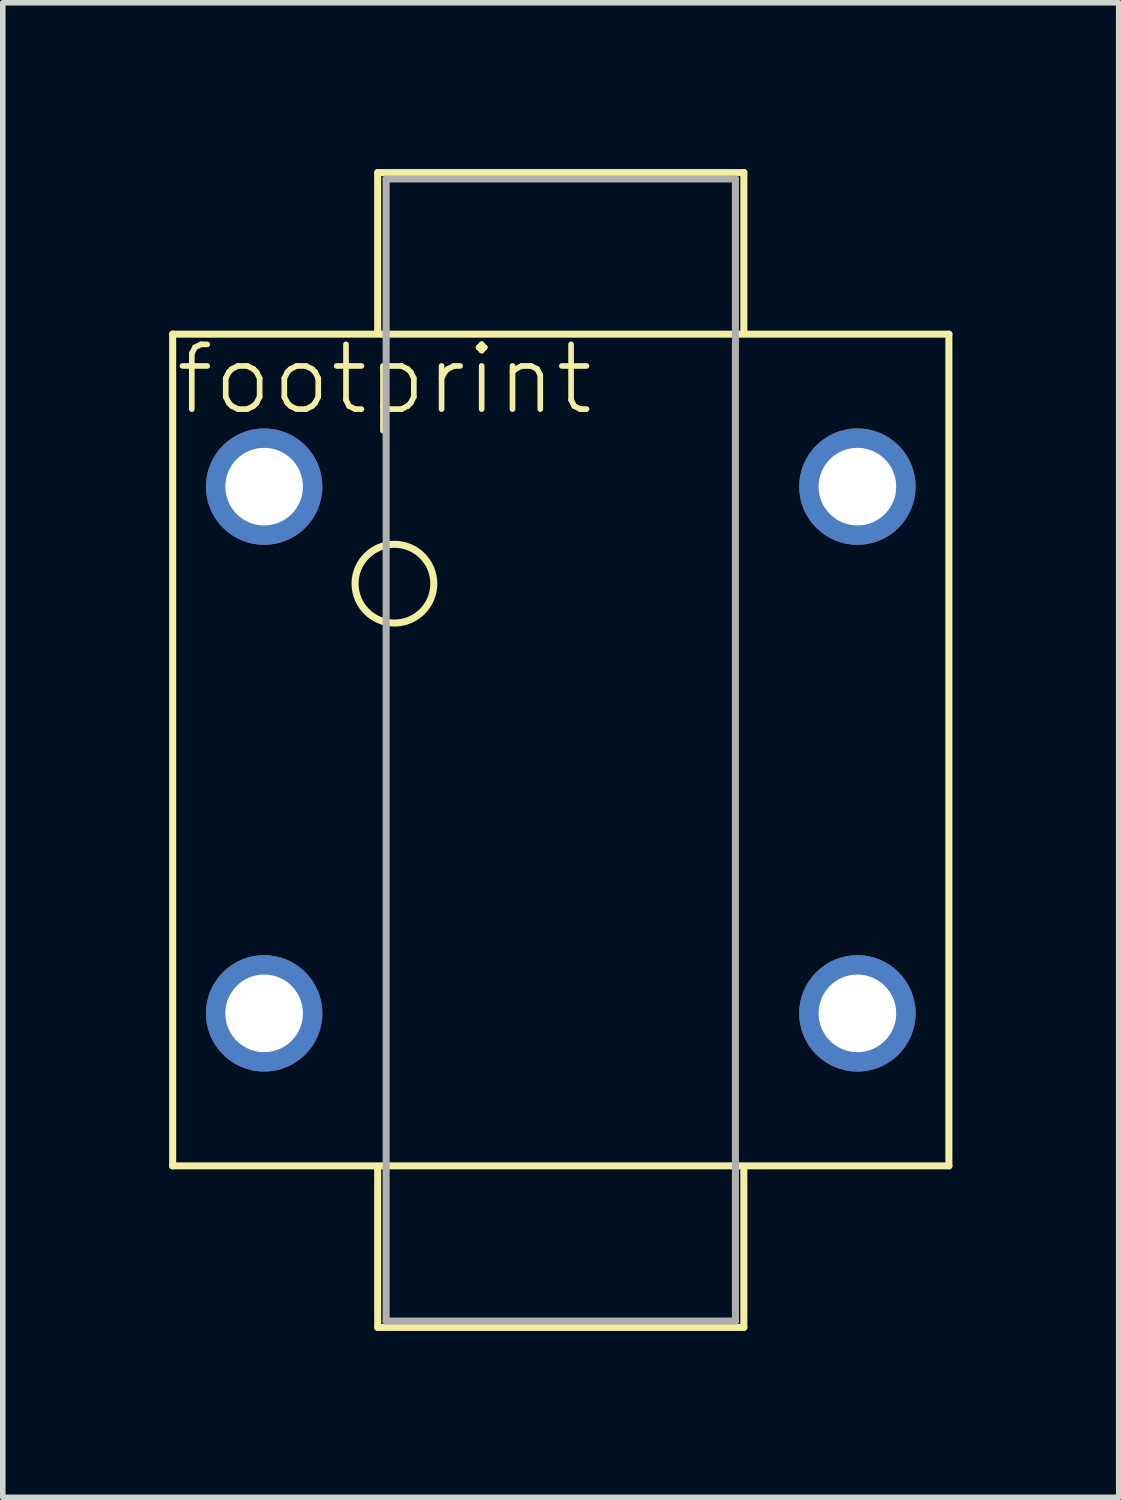
<source format=kicad_pcb>
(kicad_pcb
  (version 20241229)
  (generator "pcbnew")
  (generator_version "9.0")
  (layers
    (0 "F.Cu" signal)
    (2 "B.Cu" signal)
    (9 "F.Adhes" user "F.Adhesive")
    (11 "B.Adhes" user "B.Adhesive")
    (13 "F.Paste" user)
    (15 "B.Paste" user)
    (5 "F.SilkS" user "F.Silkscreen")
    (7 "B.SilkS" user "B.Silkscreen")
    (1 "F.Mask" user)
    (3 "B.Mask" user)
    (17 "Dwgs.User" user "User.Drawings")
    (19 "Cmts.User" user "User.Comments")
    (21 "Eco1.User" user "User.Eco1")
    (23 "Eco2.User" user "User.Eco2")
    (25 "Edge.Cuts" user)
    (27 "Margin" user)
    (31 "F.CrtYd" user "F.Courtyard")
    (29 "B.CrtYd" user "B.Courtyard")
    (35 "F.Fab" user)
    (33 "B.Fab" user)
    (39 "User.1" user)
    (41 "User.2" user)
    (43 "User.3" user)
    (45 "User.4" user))
  (footprint "footprint"
    (layer "F.Cu")
    (at 7.064 10.477)
    (property "Reference" "footprint" (at -7 -6 0) (layer "F.SilkS") (effects (font (size 1.168 1.168) (thickness 0.102)) (justify left bottom)))
    (fp_line (start -7 -7.5) (end -7 7.5) (stroke (width 0.127) (type solid)) (layer "F.SilkS"))
    (fp_line (start -7 7.5) (end 7 7.5) (stroke (width 0.127) (type solid)) (layer "F.SilkS"))
    (fp_line (start -3.302 -10.414) (end 3.302 -10.414) (stroke (width 0.127) (type solid)) (layer "F.SilkS"))
    (fp_line (start -3.302 -7.544) (end -3.302 -10.414) (stroke (width 0.127) (type solid)) (layer "F.SilkS"))
    (fp_line (start -3.302 7.518) (end -3.302 10.414) (stroke (width 0.127) (type solid)) (layer "F.SilkS"))
    (fp_line (start -3.302 10.414) (end 3.302 10.414) (stroke (width 0.127) (type solid)) (layer "F.SilkS"))
    (fp_line (start 3.302 -10.414) (end 3.302 -7.518) (stroke (width 0.127) (type solid)) (layer "F.SilkS"))
    (fp_line (start 3.302 10.414) (end 3.302 7.518) (stroke (width 0.127) (type solid)) (layer "F.SilkS"))
    (fp_line (start 7 -7.5) (end -7 -7.5) (stroke (width 0.127) (type solid)) (layer "F.SilkS"))
    (fp_line (start 7 7.5) (end 7 -7.5) (stroke (width 0.127) (type solid)) (layer "F.SilkS"))
    (fp_circle (center -3 -3) (end -2.29 -3) (stroke (width 0.127) (type solid)) (fill no) (layer "F.SilkS"))
    (fp_line (start -3.15 -10.3) (end -3.15 10.3) (stroke (width 0.127) (type solid)) (layer "F.Fab"))
    (fp_line (start -3.15 10.3) (end 3.15 10.3) (stroke (width 0.127) (type solid)) (layer "F.Fab"))
    (fp_line (start 3.15 -10.3) (end -3.15 -10.3) (stroke (width 0.127) (type solid)) (layer "F.Fab"))
    (fp_line (start 3.15 10.3) (end 3.15 -10.3) (stroke (width 0.127) (type solid)) (layer "F.Fab"))
    (pad "1" thru_hole circle (at -5.35 -4.75) (size 2.1 2.1) (drill 1.4) (layers "*.Cu" "*.Mask"))
    (pad "2" thru_hole circle (at -5.35 4.75) (size 2.1 2.1) (drill 1.4) (layers "*.Cu" "*.Mask"))
    (pad "3" thru_hole circle (at 5.35 4.75) (size 2.1 2.1) (drill 1.4) (layers "*.Cu" "*.Mask"))
    (pad "4" thru_hole circle (at 5.35 -4.75) (size 2.1 2.1) (drill 1.4) (layers "*.Cu" "*.Mask")))
  (gr_rect
    (start -3 -3)
    (end 17.127 23.955)
    (stroke (width 0.1) (type default))
    (fill no)
    (layer "Edge.Cuts")))
</source>
